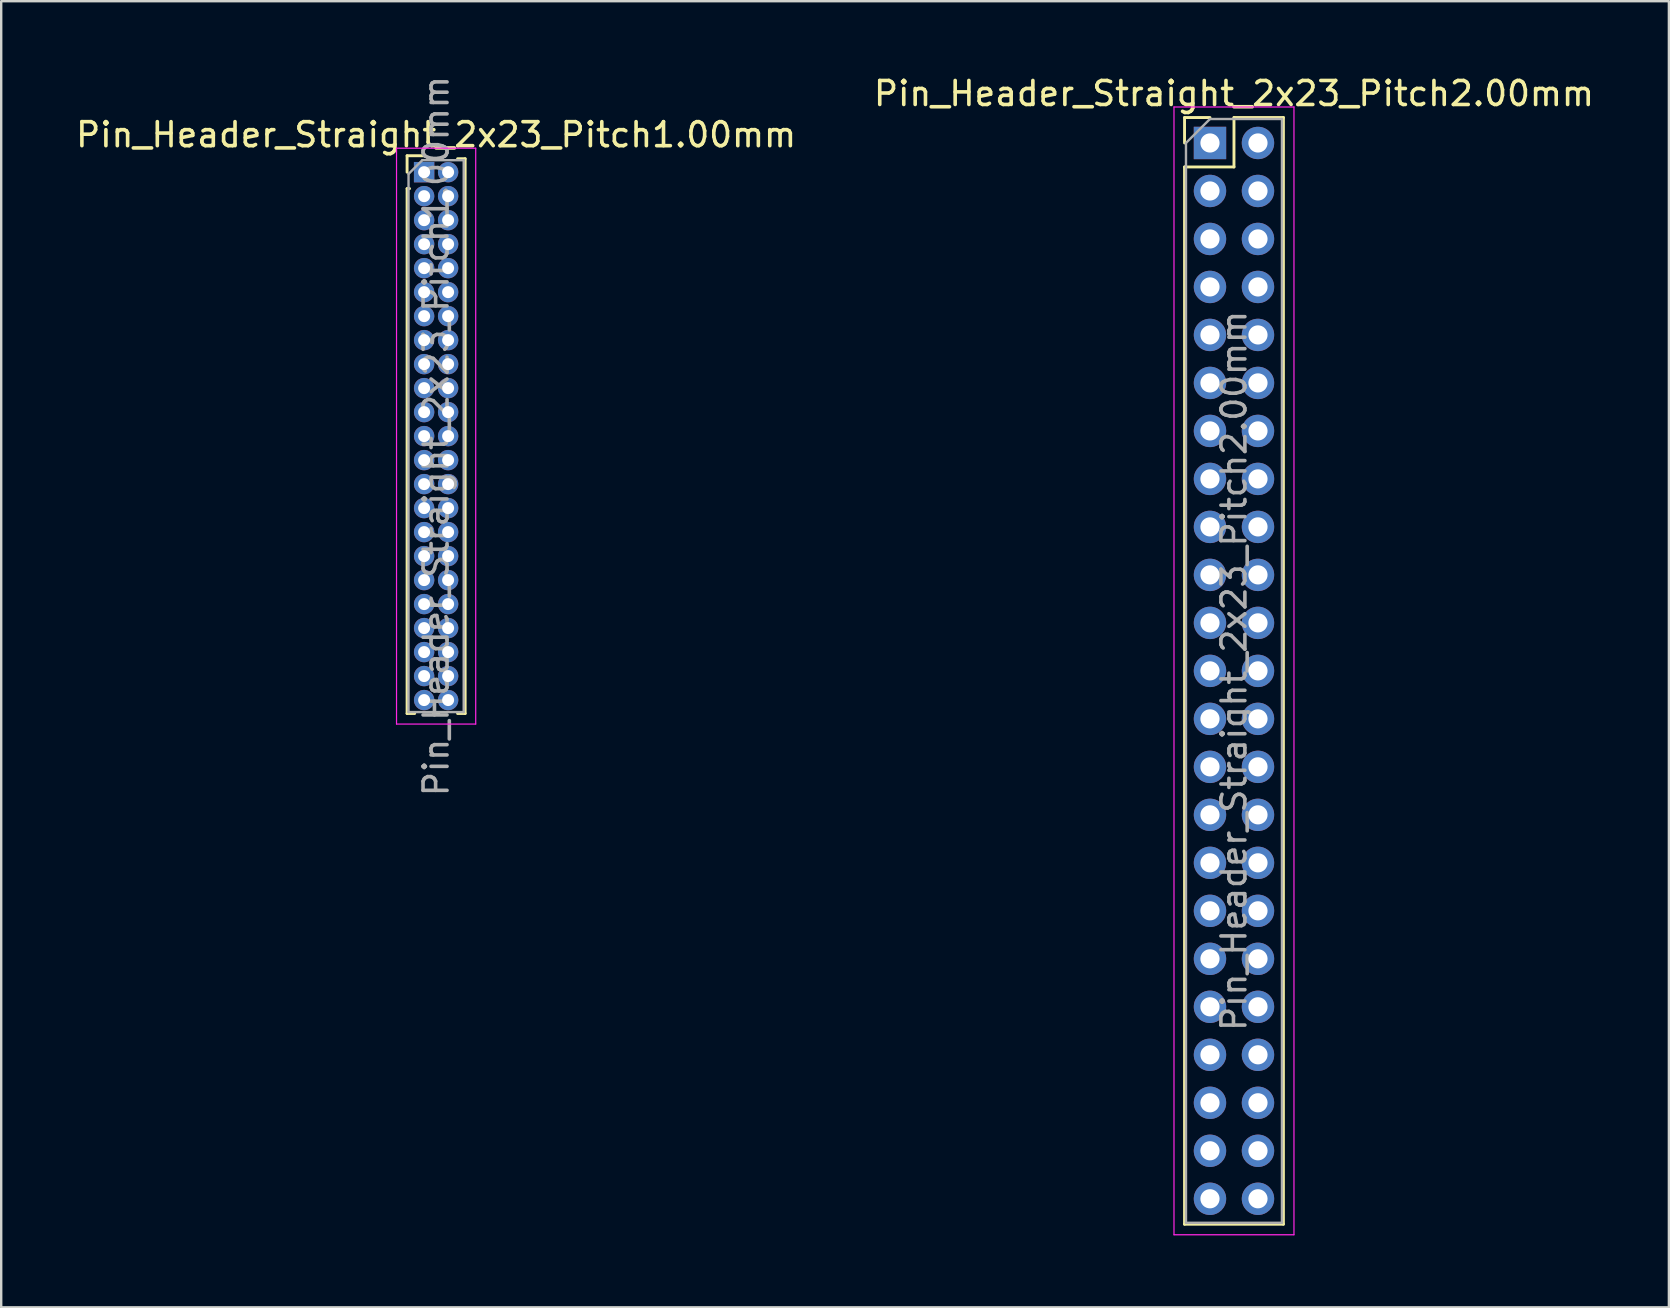
<source format=kicad_pcb>
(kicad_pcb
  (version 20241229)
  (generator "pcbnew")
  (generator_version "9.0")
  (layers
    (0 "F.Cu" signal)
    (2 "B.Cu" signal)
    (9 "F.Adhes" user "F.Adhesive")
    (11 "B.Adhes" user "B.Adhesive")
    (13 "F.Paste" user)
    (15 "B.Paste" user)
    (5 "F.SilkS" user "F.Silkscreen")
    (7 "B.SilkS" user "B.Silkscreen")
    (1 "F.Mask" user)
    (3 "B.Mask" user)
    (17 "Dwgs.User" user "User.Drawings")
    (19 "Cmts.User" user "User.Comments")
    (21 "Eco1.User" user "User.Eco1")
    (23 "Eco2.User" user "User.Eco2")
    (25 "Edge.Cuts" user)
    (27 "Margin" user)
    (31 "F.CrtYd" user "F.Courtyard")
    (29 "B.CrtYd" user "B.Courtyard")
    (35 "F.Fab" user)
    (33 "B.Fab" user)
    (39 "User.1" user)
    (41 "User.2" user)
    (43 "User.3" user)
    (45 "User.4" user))
  (footprint "Pin_Header_Straight_2x23_Pitch1.00mm"
    (layer "F.Cu")
    (at 14.625 4.125)
    (property "Reference" "Pin_Header_Straight_2x23_Pitch1.00mm" (at 0.5 -1.56 0) (layer "F.SilkS") (effects (font (size 1 1) (thickness 0.15))))
    (attr through_hole)
    (fp_line (start -0.71 -0.685) (end 0 -0.685) (stroke (width 0.12) (type solid)) (layer "F.SilkS"))
    (fp_line (start -0.71 0) (end -0.71 -0.685) (stroke (width 0.12) (type solid)) (layer "F.SilkS"))
    (fp_line (start -0.71 0.685) (end -0.71 22.56) (stroke (width 0.12) (type solid)) (layer "F.SilkS"))
    (fp_line (start -0.71 0.685) (end -0.608 0.685) (stroke (width 0.12) (type solid)) (layer "F.SilkS"))
    (fp_line (start -0.71 22.56) (end -0.394 22.56) (stroke (width 0.12) (type solid)) (layer "F.SilkS"))
    (fp_line (start 0.394 22.56) (end 0.606 22.56) (stroke (width 0.12) (type solid)) (layer "F.SilkS"))
    (fp_line (start 1.394 -0.56) (end 1.71 -0.56) (stroke (width 0.12) (type solid)) (layer "F.SilkS"))
    (fp_line (start 1.394 22.56) (end 1.71 22.56) (stroke (width 0.12) (type solid)) (layer "F.SilkS"))
    (fp_line (start 1.71 -0.56) (end 1.71 22.56) (stroke (width 0.12) (type solid)) (layer "F.SilkS"))
    (fp_line (start -1.15 -1) (end -1.15 23) (stroke (width 0.05) (type solid)) (layer "F.CrtYd"))
    (fp_line (start -1.15 23) (end 2.15 23) (stroke (width 0.05) (type solid)) (layer "F.CrtYd"))
    (fp_line (start 2.15 -1) (end -1.15 -1) (stroke (width 0.05) (type solid)) (layer "F.CrtYd"))
    (fp_line (start 2.15 23) (end 2.15 -1) (stroke (width 0.05) (type solid)) (layer "F.CrtYd"))
    (fp_line (start -0.65 0.075) (end -0.075 -0.5) (stroke (width 0.1) (type solid)) (layer "F.Fab"))
    (fp_line (start -0.65 22.5) (end -0.65 0.075) (stroke (width 0.1) (type solid)) (layer "F.Fab"))
    (fp_line (start -0.075 -0.5) (end 1.65 -0.5) (stroke (width 0.1) (type solid)) (layer "F.Fab"))
    (fp_line (start 1.65 -0.5) (end 1.65 22.5) (stroke (width 0.1) (type solid)) (layer "F.Fab"))
    (fp_line (start 1.65 22.5) (end -0.65 22.5) (stroke (width 0.1) (type solid)) (layer "F.Fab"))
    (fp_text user "${REFERENCE}" (at 0.5 11 90) (layer "F.Fab") (effects (font (size 1 1) (thickness 0.15))))
    (pad "1" thru_hole rect (at 0 0) (size 0.85 0.85) (drill 0.5) (layers "*.Cu" "*.Mask"))
    (pad "2" thru_hole oval (at 1 0) (size 0.85 0.85) (drill 0.5) (layers "*.Cu" "*.Mask"))
    (pad "3" thru_hole oval (at 0 1) (size 0.85 0.85) (drill 0.5) (layers "*.Cu" "*.Mask"))
    (pad "4" thru_hole oval (at 1 1) (size 0.85 0.85) (drill 0.5) (layers "*.Cu" "*.Mask"))
    (pad "5" thru_hole oval (at 0 2) (size 0.85 0.85) (drill 0.5) (layers "*.Cu" "*.Mask"))
    (pad "6" thru_hole oval (at 1 2) (size 0.85 0.85) (drill 0.5) (layers "*.Cu" "*.Mask"))
    (pad "7" thru_hole oval (at 0 3) (size 0.85 0.85) (drill 0.5) (layers "*.Cu" "*.Mask"))
    (pad "8" thru_hole oval (at 1 3) (size 0.85 0.85) (drill 0.5) (layers "*.Cu" "*.Mask"))
    (pad "9" thru_hole oval (at 0 4) (size 0.85 0.85) (drill 0.5) (layers "*.Cu" "*.Mask"))
    (pad "10" thru_hole oval (at 1 4) (size 0.85 0.85) (drill 0.5) (layers "*.Cu" "*.Mask"))
    (pad "11" thru_hole oval (at 0 5) (size 0.85 0.85) (drill 0.5) (layers "*.Cu" "*.Mask"))
    (pad "12" thru_hole oval (at 1 5) (size 0.85 0.85) (drill 0.5) (layers "*.Cu" "*.Mask"))
    (pad "13" thru_hole oval (at 0 6) (size 0.85 0.85) (drill 0.5) (layers "*.Cu" "*.Mask"))
    (pad "14" thru_hole oval (at 1 6) (size 0.85 0.85) (drill 0.5) (layers "*.Cu" "*.Mask"))
    (pad "15" thru_hole oval (at 0 7) (size 0.85 0.85) (drill 0.5) (layers "*.Cu" "*.Mask"))
    (pad "16" thru_hole oval (at 1 7) (size 0.85 0.85) (drill 0.5) (layers "*.Cu" "*.Mask"))
    (pad "17" thru_hole oval (at 0 8) (size 0.85 0.85) (drill 0.5) (layers "*.Cu" "*.Mask"))
    (pad "18" thru_hole oval (at 1 8) (size 0.85 0.85) (drill 0.5) (layers "*.Cu" "*.Mask"))
    (pad "19" thru_hole oval (at 0 9) (size 0.85 0.85) (drill 0.5) (layers "*.Cu" "*.Mask"))
    (pad "20" thru_hole oval (at 1 9) (size 0.85 0.85) (drill 0.5) (layers "*.Cu" "*.Mask"))
    (pad "21" thru_hole oval (at 0 10) (size 0.85 0.85) (drill 0.5) (layers "*.Cu" "*.Mask"))
    (pad "22" thru_hole oval (at 1 10) (size 0.85 0.85) (drill 0.5) (layers "*.Cu" "*.Mask"))
    (pad "23" thru_hole oval (at 0 11) (size 0.85 0.85) (drill 0.5) (layers "*.Cu" "*.Mask"))
    (pad "24" thru_hole oval (at 1 11) (size 0.85 0.85) (drill 0.5) (layers "*.Cu" "*.Mask"))
    (pad "25" thru_hole oval (at 0 12) (size 0.85 0.85) (drill 0.5) (layers "*.Cu" "*.Mask"))
    (pad "26" thru_hole oval (at 1 12) (size 0.85 0.85) (drill 0.5) (layers "*.Cu" "*.Mask"))
    (pad "27" thru_hole oval (at 0 13) (size 0.85 0.85) (drill 0.5) (layers "*.Cu" "*.Mask"))
    (pad "28" thru_hole oval (at 1 13) (size 0.85 0.85) (drill 0.5) (layers "*.Cu" "*.Mask"))
    (pad "29" thru_hole oval (at 0 14) (size 0.85 0.85) (drill 0.5) (layers "*.Cu" "*.Mask"))
    (pad "30" thru_hole oval (at 1 14) (size 0.85 0.85) (drill 0.5) (layers "*.Cu" "*.Mask"))
    (pad "31" thru_hole oval (at 0 15) (size 0.85 0.85) (drill 0.5) (layers "*.Cu" "*.Mask"))
    (pad "32" thru_hole oval (at 1 15) (size 0.85 0.85) (drill 0.5) (layers "*.Cu" "*.Mask"))
    (pad "33" thru_hole oval (at 0 16) (size 0.85 0.85) (drill 0.5) (layers "*.Cu" "*.Mask"))
    (pad "34" thru_hole oval (at 1 16) (size 0.85 0.85) (drill 0.5) (layers "*.Cu" "*.Mask"))
    (pad "35" thru_hole oval (at 0 17) (size 0.85 0.85) (drill 0.5) (layers "*.Cu" "*.Mask"))
    (pad "36" thru_hole oval (at 1 17) (size 0.85 0.85) (drill 0.5) (layers "*.Cu" "*.Mask"))
    (pad "37" thru_hole oval (at 0 18) (size 0.85 0.85) (drill 0.5) (layers "*.Cu" "*.Mask"))
    (pad "38" thru_hole oval (at 1 18) (size 0.85 0.85) (drill 0.5) (layers "*.Cu" "*.Mask"))
    (pad "39" thru_hole oval (at 0 19) (size 0.85 0.85) (drill 0.5) (layers "*.Cu" "*.Mask"))
    (pad "40" thru_hole oval (at 1 19) (size 0.85 0.85) (drill 0.5) (layers "*.Cu" "*.Mask"))
    (pad "41" thru_hole oval (at 0 20) (size 0.85 0.85) (drill 0.5) (layers "*.Cu" "*.Mask"))
    (pad "42" thru_hole oval (at 1 20) (size 0.85 0.85) (drill 0.5) (layers "*.Cu" "*.Mask"))
    (pad "43" thru_hole oval (at 0 21) (size 0.85 0.85) (drill 0.5) (layers "*.Cu" "*.Mask"))
    (pad "44" thru_hole oval (at 1 21) (size 0.85 0.85) (drill 0.5) (layers "*.Cu" "*.Mask"))
    (pad "45" thru_hole oval (at 0 22) (size 0.85 0.85) (drill 0.5) (layers "*.Cu" "*.Mask"))
    (pad "46" thru_hole oval (at 1 22) (size 0.85 0.85) (drill 0.5) (layers "*.Cu" "*.Mask")))
  (footprint "Pin_Header_Straight_2x23_Pitch2.00mm"
    (layer "F.Cu")
    (at 47.375 2.908)
    (property "Reference" "Pin_Header_Straight_2x23_Pitch2.00mm" (at 1 -2.06 0) (layer "F.SilkS") (effects (font (size 1 1) (thickness 0.15))))
    (attr through_hole)
    (fp_line (start -1.06 -1.06) (end 0 -1.06) (stroke (width 0.12) (type solid)) (layer "F.SilkS"))
    (fp_line (start -1.06 0) (end -1.06 -1.06) (stroke (width 0.12) (type solid)) (layer "F.SilkS"))
    (fp_line (start -1.06 1) (end -1.06 45.06) (stroke (width 0.12) (type solid)) (layer "F.SilkS"))
    (fp_line (start -1.06 1) (end 1 1) (stroke (width 0.12) (type solid)) (layer "F.SilkS"))
    (fp_line (start -1.06 45.06) (end 3.06 45.06) (stroke (width 0.12) (type solid)) (layer "F.SilkS"))
    (fp_line (start 1 -1.06) (end 3.06 -1.06) (stroke (width 0.12) (type solid)) (layer "F.SilkS"))
    (fp_line (start 1 1) (end 1 -1.06) (stroke (width 0.12) (type solid)) (layer "F.SilkS"))
    (fp_line (start 3.06 -1.06) (end 3.06 45.06) (stroke (width 0.12) (type solid)) (layer "F.SilkS"))
    (fp_line (start -1.5 -1.5) (end -1.5 45.5) (stroke (width 0.05) (type solid)) (layer "F.CrtYd"))
    (fp_line (start -1.5 45.5) (end 3.5 45.5) (stroke (width 0.05) (type solid)) (layer "F.CrtYd"))
    (fp_line (start 3.5 -1.5) (end -1.5 -1.5) (stroke (width 0.05) (type solid)) (layer "F.CrtYd"))
    (fp_line (start 3.5 45.5) (end 3.5 -1.5) (stroke (width 0.05) (type solid)) (layer "F.CrtYd"))
    (fp_line (start -1 0) (end 0 -1) (stroke (width 0.1) (type solid)) (layer "F.Fab"))
    (fp_line (start -1 45) (end -1 0) (stroke (width 0.1) (type solid)) (layer "F.Fab"))
    (fp_line (start 0 -1) (end 3 -1) (stroke (width 0.1) (type solid)) (layer "F.Fab"))
    (fp_line (start 3 -1) (end 3 45) (stroke (width 0.1) (type solid)) (layer "F.Fab"))
    (fp_line (start 3 45) (end -1 45) (stroke (width 0.1) (type solid)) (layer "F.Fab"))
    (fp_text user "${REFERENCE}" (at 1 22 90) (layer "F.Fab") (effects (font (size 1 1) (thickness 0.15))))
    (pad "1" thru_hole rect (at 0 0) (size 1.35 1.35) (drill 0.8) (layers "*.Cu" "*.Mask"))
    (pad "2" thru_hole oval (at 2 0) (size 1.35 1.35) (drill 0.8) (layers "*.Cu" "*.Mask"))
    (pad "3" thru_hole oval (at 0 2) (size 1.35 1.35) (drill 0.8) (layers "*.Cu" "*.Mask"))
    (pad "4" thru_hole oval (at 2 2) (size 1.35 1.35) (drill 0.8) (layers "*.Cu" "*.Mask"))
    (pad "5" thru_hole oval (at 0 4) (size 1.35 1.35) (drill 0.8) (layers "*.Cu" "*.Mask"))
    (pad "6" thru_hole oval (at 2 4) (size 1.35 1.35) (drill 0.8) (layers "*.Cu" "*.Mask"))
    (pad "7" thru_hole oval (at 0 6) (size 1.35 1.35) (drill 0.8) (layers "*.Cu" "*.Mask"))
    (pad "8" thru_hole oval (at 2 6) (size 1.35 1.35) (drill 0.8) (layers "*.Cu" "*.Mask"))
    (pad "9" thru_hole oval (at 0 8) (size 1.35 1.35) (drill 0.8) (layers "*.Cu" "*.Mask"))
    (pad "10" thru_hole oval (at 2 8) (size 1.35 1.35) (drill 0.8) (layers "*.Cu" "*.Mask"))
    (pad "11" thru_hole oval (at 0 10) (size 1.35 1.35) (drill 0.8) (layers "*.Cu" "*.Mask"))
    (pad "12" thru_hole oval (at 2 10) (size 1.35 1.35) (drill 0.8) (layers "*.Cu" "*.Mask"))
    (pad "13" thru_hole oval (at 0 12) (size 1.35 1.35) (drill 0.8) (layers "*.Cu" "*.Mask"))
    (pad "14" thru_hole oval (at 2 12) (size 1.35 1.35) (drill 0.8) (layers "*.Cu" "*.Mask"))
    (pad "15" thru_hole oval (at 0 14) (size 1.35 1.35) (drill 0.8) (layers "*.Cu" "*.Mask"))
    (pad "16" thru_hole oval (at 2 14) (size 1.35 1.35) (drill 0.8) (layers "*.Cu" "*.Mask"))
    (pad "17" thru_hole oval (at 0 16) (size 1.35 1.35) (drill 0.8) (layers "*.Cu" "*.Mask"))
    (pad "18" thru_hole oval (at 2 16) (size 1.35 1.35) (drill 0.8) (layers "*.Cu" "*.Mask"))
    (pad "19" thru_hole oval (at 0 18) (size 1.35 1.35) (drill 0.8) (layers "*.Cu" "*.Mask"))
    (pad "20" thru_hole oval (at 2 18) (size 1.35 1.35) (drill 0.8) (layers "*.Cu" "*.Mask"))
    (pad "21" thru_hole oval (at 0 20) (size 1.35 1.35) (drill 0.8) (layers "*.Cu" "*.Mask"))
    (pad "22" thru_hole oval (at 2 20) (size 1.35 1.35) (drill 0.8) (layers "*.Cu" "*.Mask"))
    (pad "23" thru_hole oval (at 0 22) (size 1.35 1.35) (drill 0.8) (layers "*.Cu" "*.Mask"))
    (pad "24" thru_hole oval (at 2 22) (size 1.35 1.35) (drill 0.8) (layers "*.Cu" "*.Mask"))
    (pad "25" thru_hole oval (at 0 24) (size 1.35 1.35) (drill 0.8) (layers "*.Cu" "*.Mask"))
    (pad "26" thru_hole oval (at 2 24) (size 1.35 1.35) (drill 0.8) (layers "*.Cu" "*.Mask"))
    (pad "27" thru_hole oval (at 0 26) (size 1.35 1.35) (drill 0.8) (layers "*.Cu" "*.Mask"))
    (pad "28" thru_hole oval (at 2 26) (size 1.35 1.35) (drill 0.8) (layers "*.Cu" "*.Mask"))
    (pad "29" thru_hole oval (at 0 28) (size 1.35 1.35) (drill 0.8) (layers "*.Cu" "*.Mask"))
    (pad "30" thru_hole oval (at 2 28) (size 1.35 1.35) (drill 0.8) (layers "*.Cu" "*.Mask"))
    (pad "31" thru_hole oval (at 0 30) (size 1.35 1.35) (drill 0.8) (layers "*.Cu" "*.Mask"))
    (pad "32" thru_hole oval (at 2 30) (size 1.35 1.35) (drill 0.8) (layers "*.Cu" "*.Mask"))
    (pad "33" thru_hole oval (at 0 32) (size 1.35 1.35) (drill 0.8) (layers "*.Cu" "*.Mask"))
    (pad "34" thru_hole oval (at 2 32) (size 1.35 1.35) (drill 0.8) (layers "*.Cu" "*.Mask"))
    (pad "35" thru_hole oval (at 0 34) (size 1.35 1.35) (drill 0.8) (layers "*.Cu" "*.Mask"))
    (pad "36" thru_hole oval (at 2 34) (size 1.35 1.35) (drill 0.8) (layers "*.Cu" "*.Mask"))
    (pad "37" thru_hole oval (at 0 36) (size 1.35 1.35) (drill 0.8) (layers "*.Cu" "*.Mask"))
    (pad "38" thru_hole oval (at 2 36) (size 1.35 1.35) (drill 0.8) (layers "*.Cu" "*.Mask"))
    (pad "39" thru_hole oval (at 0 38) (size 1.35 1.35) (drill 0.8) (layers "*.Cu" "*.Mask"))
    (pad "40" thru_hole oval (at 2 38) (size 1.35 1.35) (drill 0.8) (layers "*.Cu" "*.Mask"))
    (pad "41" thru_hole oval (at 0 40) (size 1.35 1.35) (drill 0.8) (layers "*.Cu" "*.Mask"))
    (pad "42" thru_hole oval (at 2 40) (size 1.35 1.35) (drill 0.8) (layers "*.Cu" "*.Mask"))
    (pad "43" thru_hole oval (at 0 42) (size 1.35 1.35) (drill 0.8) (layers "*.Cu" "*.Mask"))
    (pad "44" thru_hole oval (at 2 42) (size 1.35 1.35) (drill 0.8) (layers "*.Cu" "*.Mask"))
    (pad "45" thru_hole oval (at 0 44) (size 1.35 1.35) (drill 0.8) (layers "*.Cu" "*.Mask"))
    (pad "46" thru_hole oval (at 2 44) (size 1.35 1.35) (drill 0.8) (layers "*.Cu" "*.Mask")))
  (gr_rect
    (start -3 -3)
    (end 66.5 51.433)
    (stroke (width 0.1) (type default))
    (fill no)
    (layer "Edge.Cuts")))
</source>
